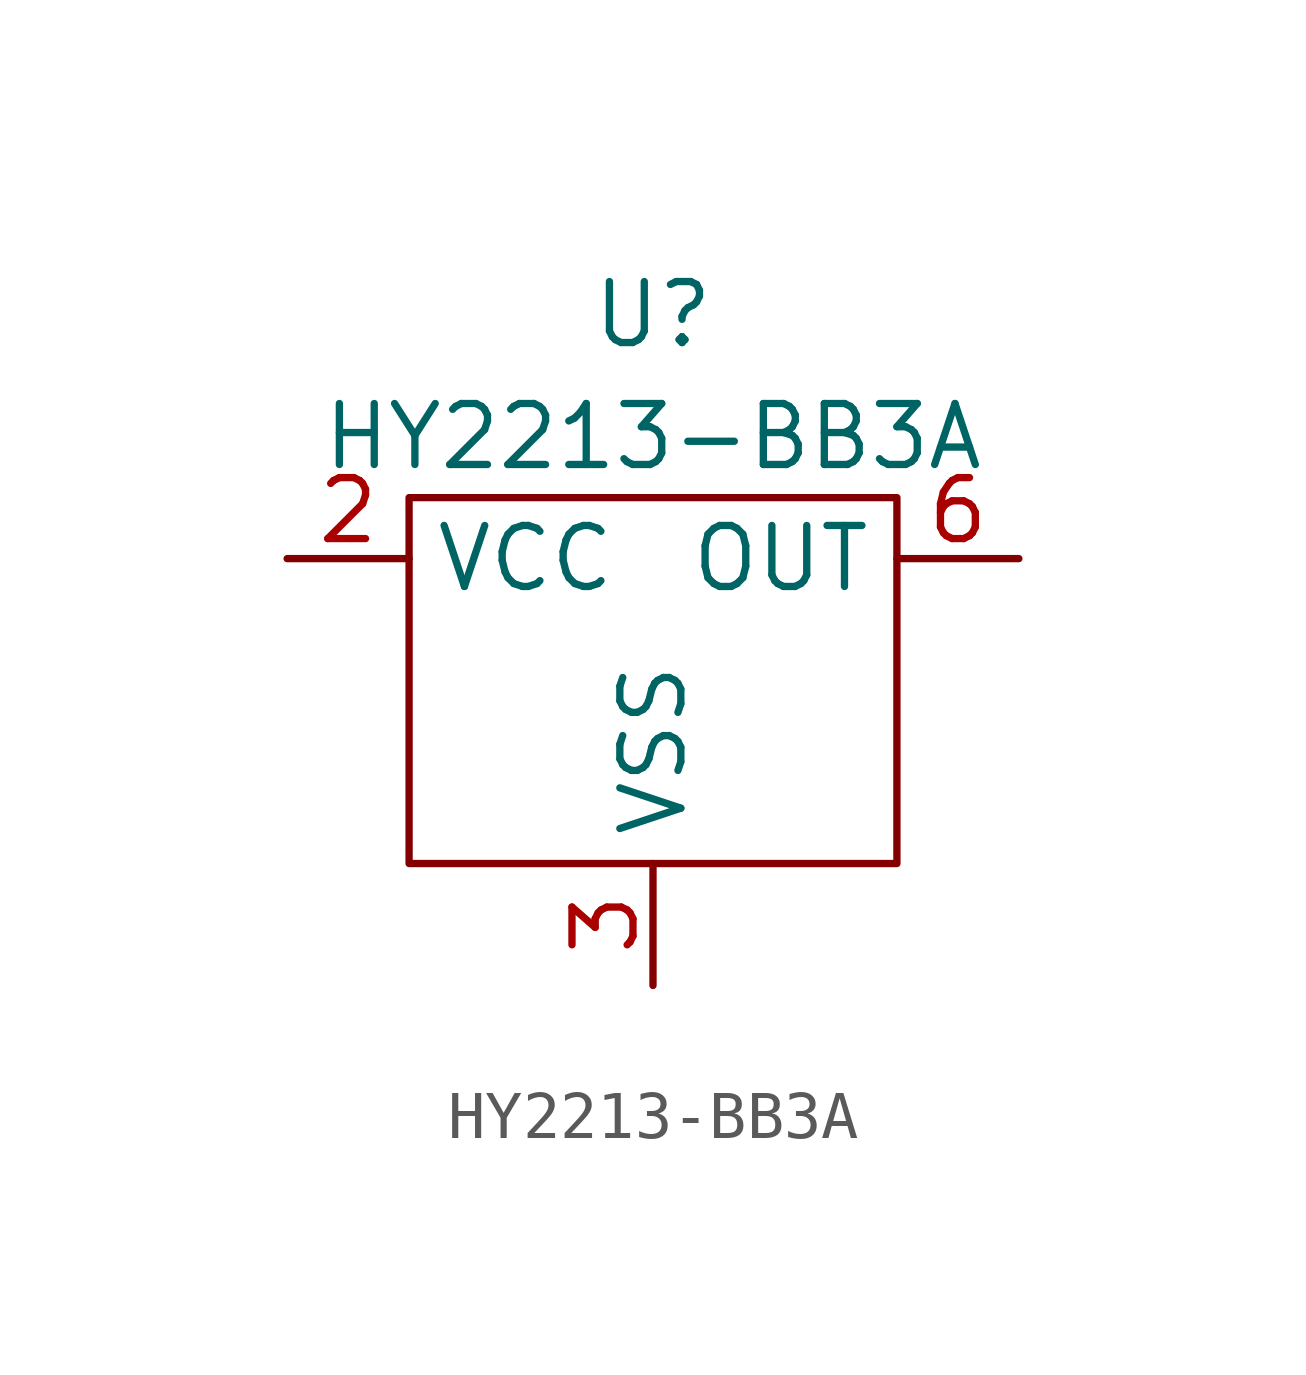
<source format=kicad_sym>
(kicad_symbol_lib
  (version 20211014)
  (generator kicad_symbol_editor)
  (symbol "HY2213-BB3A"
    (property "Reference" "U"
      (at 0 5.08 0)
      (effects (font (size 1.27 1.27))))
    (property "Value" "HY2213-BB3A"
      (at 0 2.54 0)
      (effects (font (size 1.27 1.27))))
    (symbol "HY2213-BB3A_0_1"
      (rectangle (start 5.08 1.27) (end -5.08 -6.35) (stroke (width 0) (type default) (color 0 0 0 0)) (fill (type none))))
    (symbol "HY2213-BB3A_1_1"
      (pin input line (at -7.62 0 0) (length 2.54) (name "VCC" (effects (font (size 1.27 1.27)))) (number "2" (effects (font (size 1.27 1.27)))))
      (pin input line (at 0 -8.89 90) (length 2.54) (name "VSS" (effects (font (size 1.27 1.27)))) (number "3" (effects (font (size 1.27 1.27)))))
      (pin output line (at 7.62 0 180) (length 2.54) (name "OUT" (effects (font (size 1.27 1.27)))) (number "6" (effects (font (size 1.27 1.27))))))))
</source>
